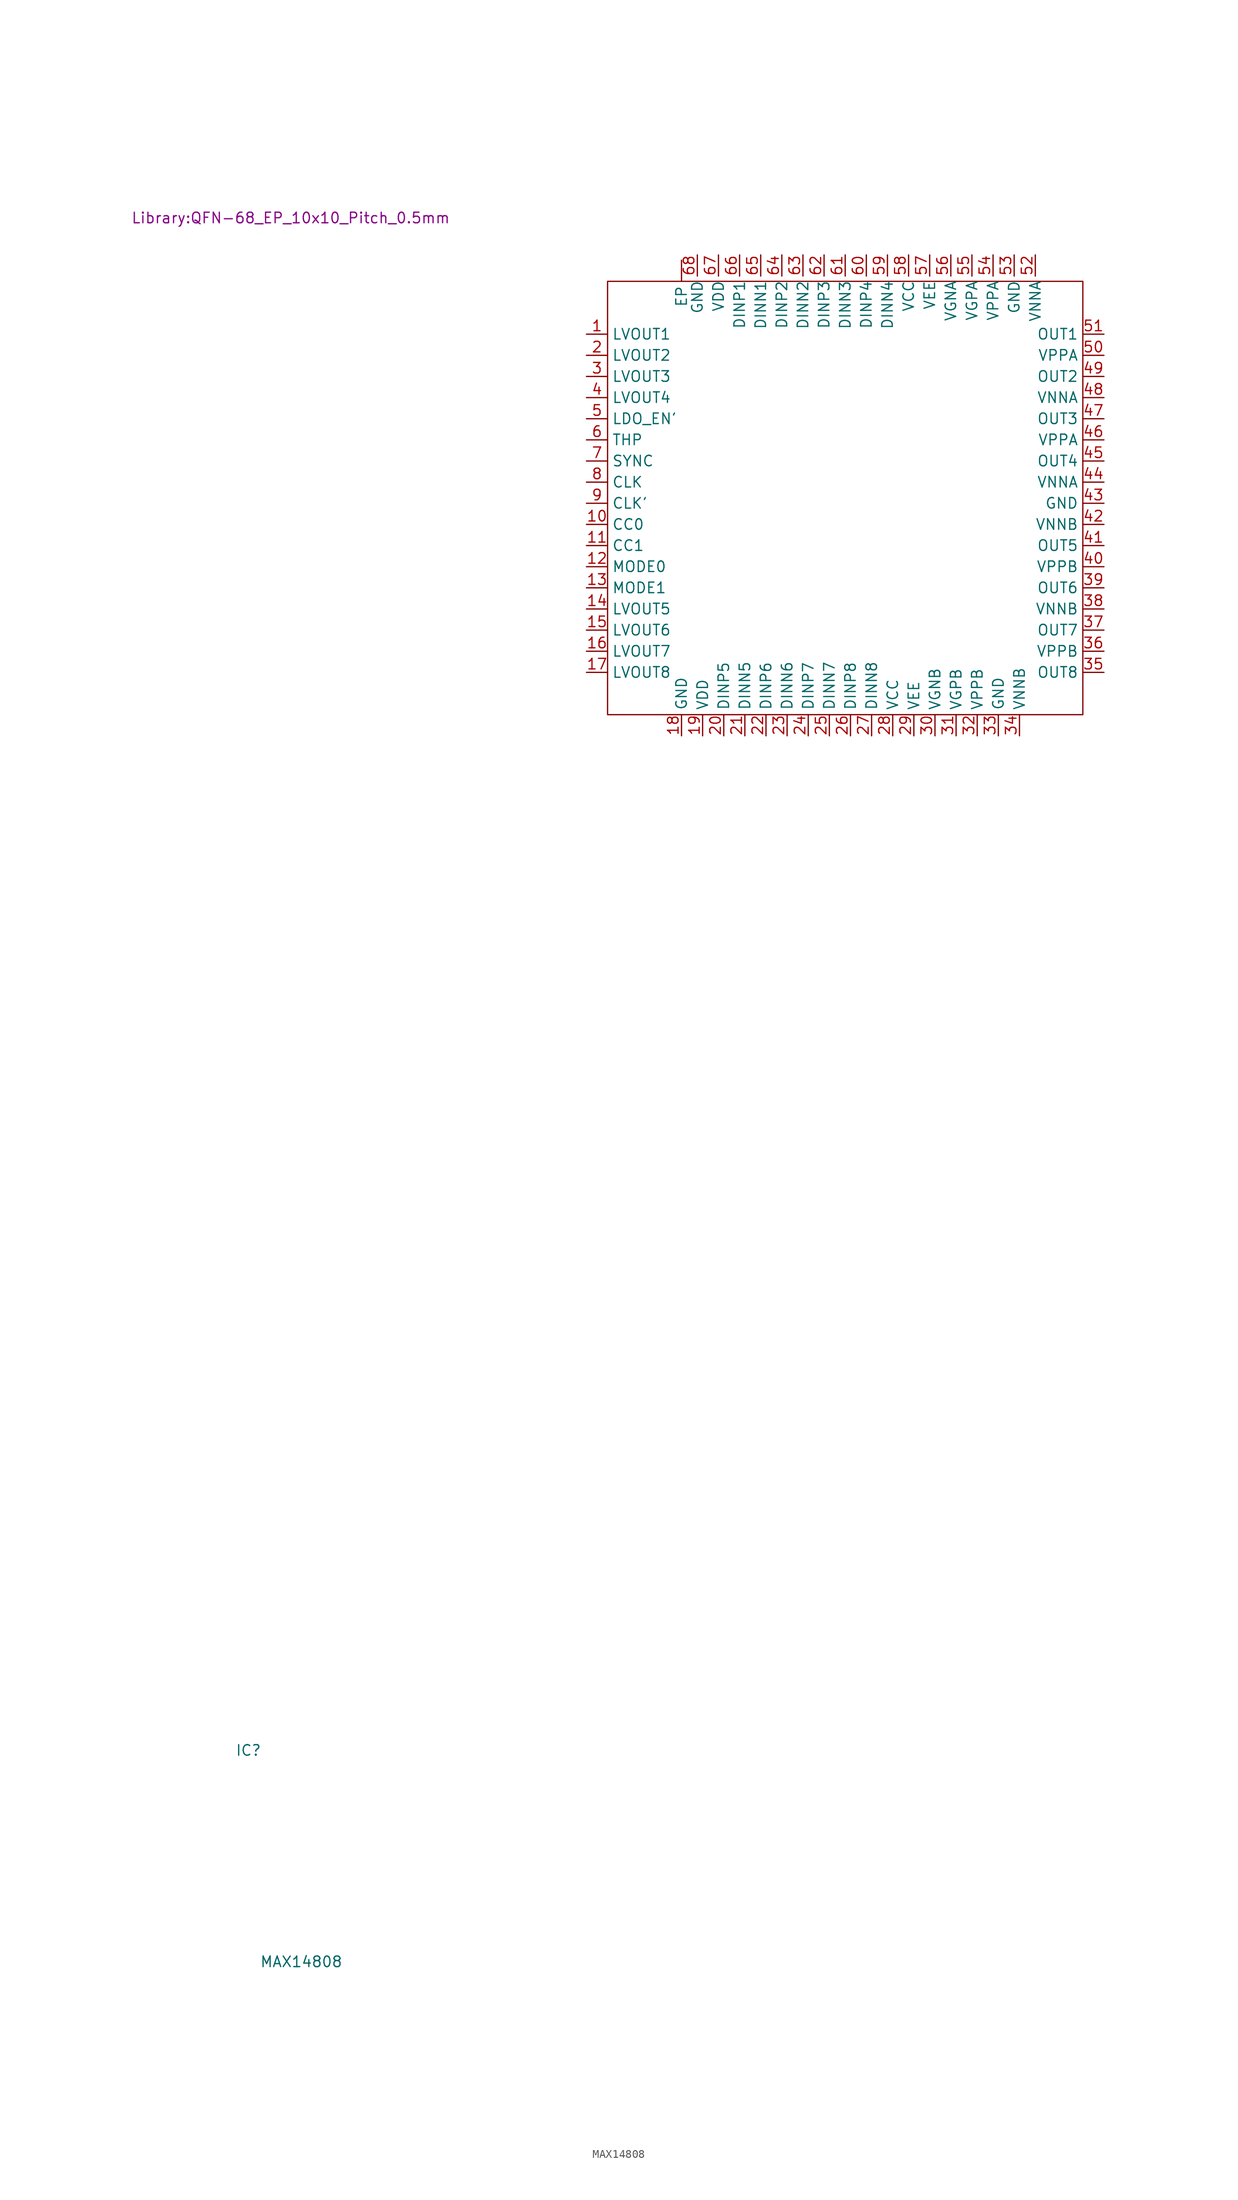
<source format=kicad_sym>
(kicad_symbol_lib
  (version 20211014)
  (generator kicad_symbol_editor)
  (symbol "MAX14808"
    (property "Reference" "IC"
      (at -44.45 5.08 0)
      (effects (font (size 1.27 1.27))))
    (property "Value" "MAX14808"
      (at -38.1 -20.32 0)
      (effects (font (size 1.27 1.27))))
    (property "Footprint" "Library:QFN-68_EP_10x10_Pitch_0.5mm"
      (at -39.37 189.23 0)
      (effects (font (size 1.27 1.27))))
    (symbol "MAX14808_0_0"
      (pin unspecified line (at 7.62 184.15 270) (length 2.54) (name "EP" (effects (font (size 1.27 1.27)))) (number "" (effects (font (size 1.27 1.27)))))
      (pin unspecified line (at -3.81 175.26 0) (length 2.54) (name "LVOUT1" (effects (font (size 1.27 1.27)))) (number "1" (effects (font (size 1.27 1.27)))))
      (pin unspecified line (at -3.81 152.4 0) (length 2.54) (name "CC0" (effects (font (size 1.27 1.27)))) (number "10" (effects (font (size 1.27 1.27)))))
      (pin unspecified line (at -3.81 149.86 0) (length 2.54) (name "CC1" (effects (font (size 1.27 1.27)))) (number "11" (effects (font (size 1.27 1.27)))))
      (pin unspecified line (at -3.81 147.32 0) (length 2.54) (name "MODE0" (effects (font (size 1.27 1.27)))) (number "12" (effects (font (size 1.27 1.27)))))
      (pin unspecified line (at -3.81 144.78 0) (length 2.54) (name "MODE1" (effects (font (size 1.27 1.27)))) (number "13" (effects (font (size 1.27 1.27)))))
      (pin unspecified line (at -3.81 142.24 0) (length 2.54) (name "LVOUT5" (effects (font (size 1.27 1.27)))) (number "14" (effects (font (size 1.27 1.27)))))
      (pin unspecified line (at -3.81 139.7 0) (length 2.54) (name "LVOUT6" (effects (font (size 1.27 1.27)))) (number "15" (effects (font (size 1.27 1.27)))))
      (pin unspecified line (at -3.81 137.16 0) (length 2.54) (name "LVOUT7" (effects (font (size 1.27 1.27)))) (number "16" (effects (font (size 1.27 1.27)))))
      (pin unspecified line (at -3.81 134.62 0) (length 2.54) (name "LVOUT8" (effects (font (size 1.27 1.27)))) (number "17" (effects (font (size 1.27 1.27)))))
      (pin unspecified line (at 7.62 127 90) (length 2.54) (name "GND" (effects (font (size 1.27 1.27)))) (number "18" (effects (font (size 1.27 1.27)))))
      (pin unspecified line (at 10.16 127 90) (length 2.54) (name "VDD" (effects (font (size 1.27 1.27)))) (number "19" (effects (font (size 1.27 1.27)))))
      (pin unspecified line (at -3.81 172.72 0) (length 2.54) (name "LVOUT2" (effects (font (size 1.27 1.27)))) (number "2" (effects (font (size 1.27 1.27)))))
      (pin unspecified line (at 12.7 127 90) (length 2.54) (name "DINP5" (effects (font (size 1.27 1.27)))) (number "20" (effects (font (size 1.27 1.27)))))
      (pin unspecified line (at 15.24 127 90) (length 2.54) (name "DINN5" (effects (font (size 1.27 1.27)))) (number "21" (effects (font (size 1.27 1.27)))))
      (pin unspecified line (at 17.78 127 90) (length 2.54) (name "DINP6" (effects (font (size 1.27 1.27)))) (number "22" (effects (font (size 1.27 1.27)))))
      (pin unspecified line (at 20.32 127 90) (length 2.54) (name "DINN6" (effects (font (size 1.27 1.27)))) (number "23" (effects (font (size 1.27 1.27)))))
      (pin unspecified line (at 22.86 127 90) (length 2.54) (name "DINP7" (effects (font (size 1.27 1.27)))) (number "24" (effects (font (size 1.27 1.27)))))
      (pin unspecified line (at 25.4 127 90) (length 2.54) (name "DINN7" (effects (font (size 1.27 1.27)))) (number "25" (effects (font (size 1.27 1.27)))))
      (pin unspecified line (at 27.94 127 90) (length 2.54) (name "DINP8" (effects (font (size 1.27 1.27)))) (number "26" (effects (font (size 1.27 1.27)))))
      (pin unspecified line (at 30.48 127 90) (length 2.54) (name "DINN8" (effects (font (size 1.27 1.27)))) (number "27" (effects (font (size 1.27 1.27)))))
      (pin unspecified line (at 33.02 127 90) (length 2.54) (name "VCC" (effects (font (size 1.27 1.27)))) (number "28" (effects (font (size 1.27 1.27)))))
      (pin unspecified line (at 35.56 127 90) (length 2.54) (name "VEE" (effects (font (size 1.27 1.27)))) (number "29" (effects (font (size 1.27 1.27)))))
      (pin unspecified line (at -3.81 170.18 0) (length 2.54) (name "LVOUT3" (effects (font (size 1.27 1.27)))) (number "3" (effects (font (size 1.27 1.27)))))
      (pin unspecified line (at 38.1 127 90) (length 2.54) (name "VGNB" (effects (font (size 1.27 1.27)))) (number "30" (effects (font (size 1.27 1.27)))))
      (pin unspecified line (at 40.64 127 90) (length 2.54) (name "VGPB" (effects (font (size 1.27 1.27)))) (number "31" (effects (font (size 1.27 1.27)))))
      (pin unspecified line (at 43.18 127 90) (length 2.54) (name "VPPB" (effects (font (size 1.27 1.27)))) (number "32" (effects (font (size 1.27 1.27)))))
      (pin unspecified line (at 45.72 127 90) (length 2.54) (name "GND" (effects (font (size 1.27 1.27)))) (number "33" (effects (font (size 1.27 1.27)))))
      (pin unspecified line (at 48.26 127 90) (length 2.54) (name "VNNB" (effects (font (size 1.27 1.27)))) (number "34" (effects (font (size 1.27 1.27)))))
      (pin unspecified line (at 58.42 134.62 180) (length 2.54) (name "OUT8" (effects (font (size 1.27 1.27)))) (number "35" (effects (font (size 1.27 1.27)))))
      (pin unspecified line (at 58.42 137.16 180) (length 2.54) (name "VPPB" (effects (font (size 1.27 1.27)))) (number "36" (effects (font (size 1.27 1.27)))))
      (pin unspecified line (at 58.42 139.7 180) (length 2.54) (name "OUT7" (effects (font (size 1.27 1.27)))) (number "37" (effects (font (size 1.27 1.27)))))
      (pin unspecified line (at 58.42 142.24 180) (length 2.54) (name "VNNB" (effects (font (size 1.27 1.27)))) (number "38" (effects (font (size 1.27 1.27)))))
      (pin unspecified line (at 58.42 144.78 180) (length 2.54) (name "OUT6" (effects (font (size 1.27 1.27)))) (number "39" (effects (font (size 1.27 1.27)))))
      (pin unspecified line (at -3.81 167.64 0) (length 2.54) (name "LVOUT4" (effects (font (size 1.27 1.27)))) (number "4" (effects (font (size 1.27 1.27)))))
      (pin unspecified line (at 58.42 147.32 180) (length 2.54) (name "VPPB" (effects (font (size 1.27 1.27)))) (number "40" (effects (font (size 1.27 1.27)))))
      (pin unspecified line (at 58.42 149.86 180) (length 2.54) (name "OUT5" (effects (font (size 1.27 1.27)))) (number "41" (effects (font (size 1.27 1.27)))))
      (pin unspecified line (at 58.42 152.4 180) (length 2.54) (name "VNNB" (effects (font (size 1.27 1.27)))) (number "42" (effects (font (size 1.27 1.27)))))
      (pin unspecified line (at 58.42 154.94 180) (length 2.54) (name "GND" (effects (font (size 1.27 1.27)))) (number "43" (effects (font (size 1.27 1.27)))))
      (pin unspecified line (at 58.42 157.48 180) (length 2.54) (name "VNNA" (effects (font (size 1.27 1.27)))) (number "44" (effects (font (size 1.27 1.27)))))
      (pin unspecified line (at 58.42 160.02 180) (length 2.54) (name "OUT4" (effects (font (size 1.27 1.27)))) (number "45" (effects (font (size 1.27 1.27)))))
      (pin unspecified line (at 58.42 162.56 180) (length 2.54) (name "VPPA" (effects (font (size 1.27 1.27)))) (number "46" (effects (font (size 1.27 1.27)))))
      (pin unspecified line (at 58.42 165.1 180) (length 2.54) (name "OUT3" (effects (font (size 1.27 1.27)))) (number "47" (effects (font (size 1.27 1.27)))))
      (pin unspecified line (at 58.42 167.64 180) (length 2.54) (name "VNNA" (effects (font (size 1.27 1.27)))) (number "48" (effects (font (size 1.27 1.27)))))
      (pin unspecified line (at 58.42 170.18 180) (length 2.54) (name "OUT2" (effects (font (size 1.27 1.27)))) (number "49" (effects (font (size 1.27 1.27)))))
      (pin unspecified line (at -3.81 165.1 0) (length 2.54) (name "LDO_EN'" (effects (font (size 1.27 1.27)))) (number "5" (effects (font (size 1.27 1.27)))))
      (pin unspecified line (at 58.42 172.72 180) (length 2.54) (name "VPPA" (effects (font (size 1.27 1.27)))) (number "50" (effects (font (size 1.27 1.27)))))
      (pin unspecified line (at 58.42 175.26 180) (length 2.54) (name "OUT1" (effects (font (size 1.27 1.27)))) (number "51" (effects (font (size 1.27 1.27)))))
      (pin unspecified line (at 50.165 184.785 270) (length 2.54) (name "VNNA" (effects (font (size 1.27 1.27)))) (number "52" (effects (font (size 1.27 1.27)))))
      (pin unspecified line (at 47.625 184.785 270) (length 2.54) (name "GND" (effects (font (size 1.27 1.27)))) (number "53" (effects (font (size 1.27 1.27)))))
      (pin unspecified line (at 45.085 184.785 270) (length 2.54) (name "VPPA" (effects (font (size 1.27 1.27)))) (number "54" (effects (font (size 1.27 1.27)))))
      (pin unspecified line (at 42.545 184.785 270) (length 2.54) (name "VGPA" (effects (font (size 1.27 1.27)))) (number "55" (effects (font (size 1.27 1.27)))))
      (pin unspecified line (at 40.005 184.785 270) (length 2.54) (name "VGNA" (effects (font (size 1.27 1.27)))) (number "56" (effects (font (size 1.27 1.27)))))
      (pin unspecified line (at 37.465 184.785 270) (length 2.54) (name "VEE" (effects (font (size 1.27 1.27)))) (number "57" (effects (font (size 1.27 1.27)))))
      (pin unspecified line (at 34.925 184.785 270) (length 2.54) (name "VCC" (effects (font (size 1.27 1.27)))) (number "58" (effects (font (size 1.27 1.27)))))
      (pin unspecified line (at 32.385 184.785 270) (length 2.54) (name "DINN4" (effects (font (size 1.27 1.27)))) (number "59" (effects (font (size 1.27 1.27)))))
      (pin unspecified line (at -3.81 162.56 0) (length 2.54) (name "THP" (effects (font (size 1.27 1.27)))) (number "6" (effects (font (size 1.27 1.27)))))
      (pin unspecified line (at 29.845 184.785 270) (length 2.54) (name "DINP4" (effects (font (size 1.27 1.27)))) (number "60" (effects (font (size 1.27 1.27)))))
      (pin unspecified line (at 27.305 184.785 270) (length 2.54) (name "DINN3" (effects (font (size 1.27 1.27)))) (number "61" (effects (font (size 1.27 1.27)))))
      (pin unspecified line (at 24.765 184.785 270) (length 2.54) (name "DINP3" (effects (font (size 1.27 1.27)))) (number "62" (effects (font (size 1.27 1.27)))))
      (pin unspecified line (at 22.225 184.785 270) (length 2.54) (name "DINN2" (effects (font (size 1.27 1.27)))) (number "63" (effects (font (size 1.27 1.27)))))
      (pin unspecified line (at 19.685 184.785 270) (length 2.54) (name "DINP2" (effects (font (size 1.27 1.27)))) (number "64" (effects (font (size 1.27 1.27)))))
      (pin unspecified line (at 17.145 184.785 270) (length 2.54) (name "DINN1" (effects (font (size 1.27 1.27)))) (number "65" (effects (font (size 1.27 1.27)))))
      (pin unspecified line (at 14.605 184.785 270) (length 2.54) (name "DINP1" (effects (font (size 1.27 1.27)))) (number "66" (effects (font (size 1.27 1.27)))))
      (pin unspecified line (at 12.065 184.785 270) (length 2.54) (name "VDD" (effects (font (size 1.27 1.27)))) (number "67" (effects (font (size 1.27 1.27)))))
      (pin unspecified line (at 9.525 184.785 270) (length 2.54) (name "GND" (effects (font (size 1.27 1.27)))) (number "68" (effects (font (size 1.27 1.27)))))
      (pin unspecified line (at -3.81 160.02 0) (length 2.54) (name "SYNC" (effects (font (size 1.27 1.27)))) (number "7" (effects (font (size 1.27 1.27)))))
      (pin unspecified line (at -3.81 157.48 0) (length 2.54) (name "CLK" (effects (font (size 1.27 1.27)))) (number "8" (effects (font (size 1.27 1.27)))))
      (pin unspecified line (at -3.81 154.94 0) (length 2.54) (name "CLK'" (effects (font (size 1.27 1.27)))) (number "9" (effects (font (size 1.27 1.27))))))
    (symbol "MAX14808_0_1"
      (rectangle (start -1.27 181.61) (end 55.88 129.54) (stroke (width 0) (type default) (color 0 0 0 0)) (fill (type none))))))
</source>
